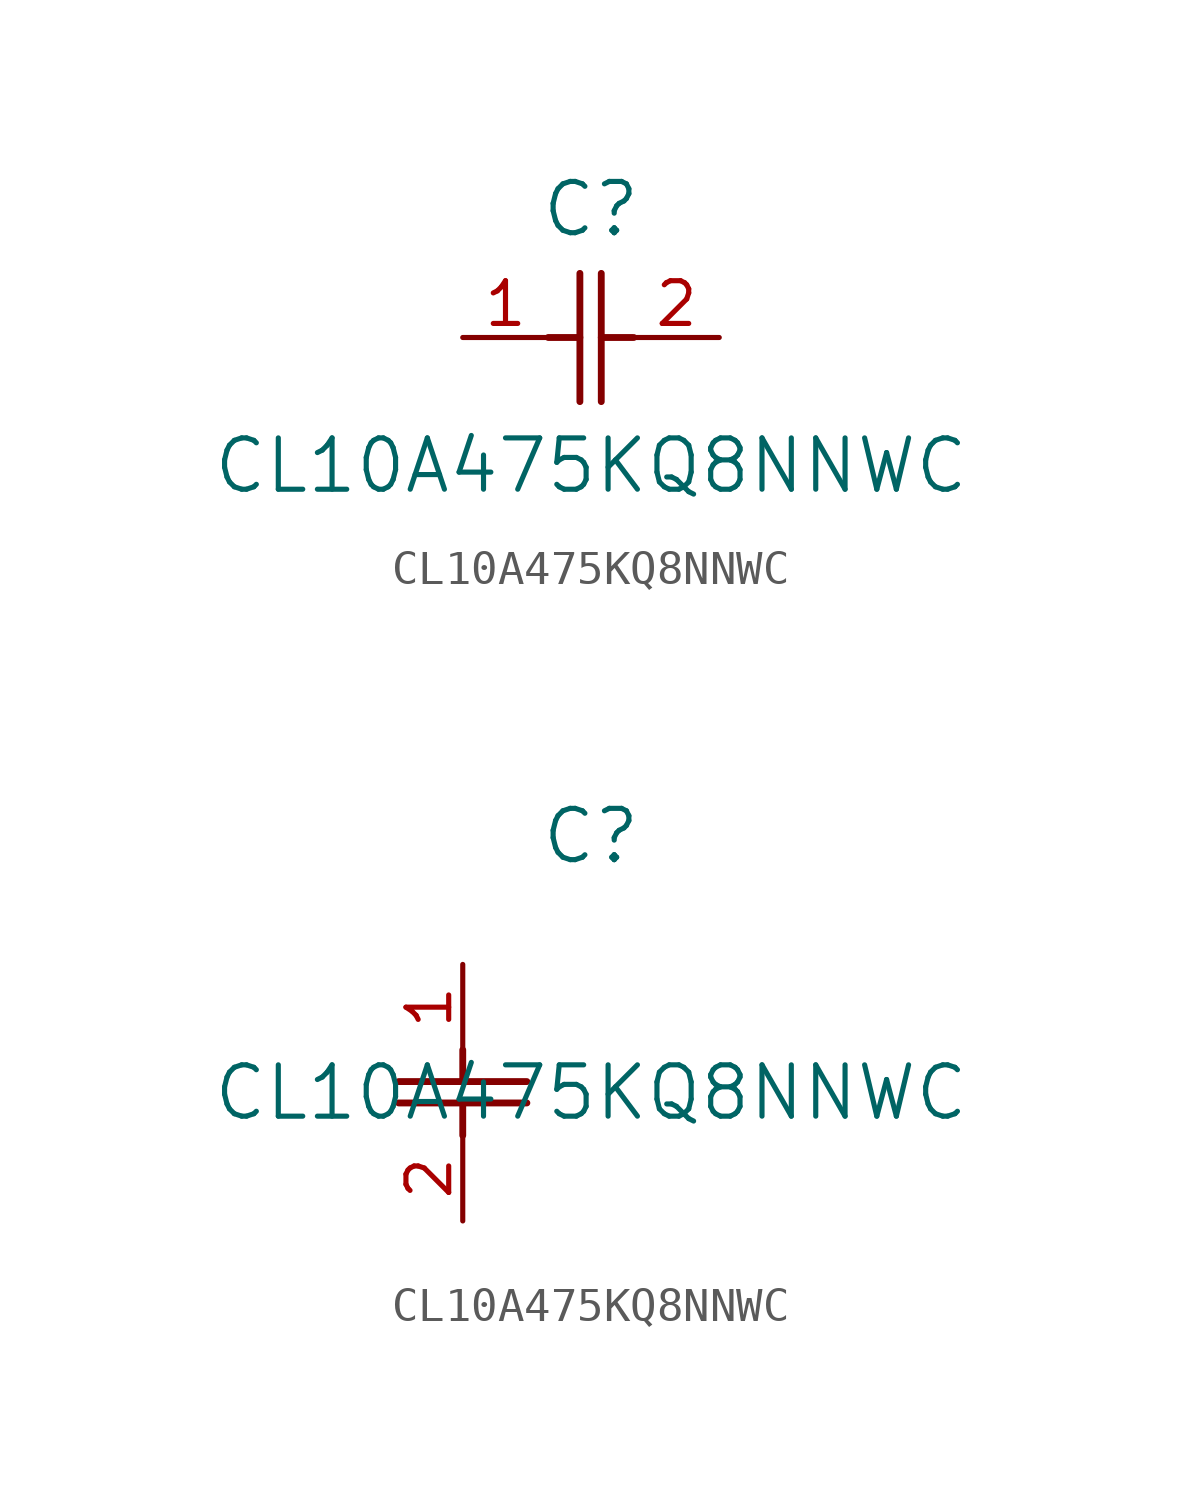
<source format=kicad_sym>
(kicad_symbol_lib
  (version 20211014)
  (generator kicad_symbol_editor)
  (symbol "CL10A475KQ8NNWC"
    (pin_names
      (offset 0.254))
    (property "Reference" "C"
      (at 3.81 3.81 0)
      (effects (font (size 1.524 1.524))))
    (property "Value" "CL10A475KQ8NNWC"
      (at 3.81 -3.81 0)
      (effects (font (size 1.524 1.524))))
    (symbol "CL10A475KQ8NNWC_1_1"
      (polyline (pts (xy 3.48 -1.905) (xy 3.48 1.905)) (stroke (width 0.203) (type default) (color 0 0 0 0)) (fill (type none)))
      (polyline (pts (xy 4.115 -1.905) (xy 4.115 1.905)) (stroke (width 0.203) (type default) (color 0 0 0 0)) (fill (type none)))
      (polyline (pts (xy 4.115 0) (xy 5.08 0)) (stroke (width 0.203) (type default) (color 0 0 0 0)) (fill (type none)))
      (polyline (pts (xy 2.54 0) (xy 3.48 0)) (stroke (width 0.203) (type default) (color 0 0 0 0)) (fill (type none)))
      (pin unspecified line (at 0 0 0) (length 2.54) (name "" (effects (font (size 1.27 1.27)))) (number "1" (effects (font (size 1.27 1.27)))))
      (pin unspecified line (at 7.62 0 180) (length 2.54) (name "" (effects (font (size 1.27 1.27)))) (number "2" (effects (font (size 1.27 1.27))))))
    (symbol "CL10A475KQ8NNWC_1_2"
      (polyline (pts (xy -1.905 -3.48) (xy 1.905 -3.48)) (stroke (width 0.203) (type default) (color 0 0 0 0)) (fill (type none)))
      (polyline (pts (xy -1.905 -4.115) (xy 1.905 -4.115)) (stroke (width 0.203) (type default) (color 0 0 0 0)) (fill (type none)))
      (polyline (pts (xy 0 -4.115) (xy 0 -5.08)) (stroke (width 0.203) (type default) (color 0 0 0 0)) (fill (type none)))
      (polyline (pts (xy 0 -2.54) (xy 0 -3.48)) (stroke (width 0.203) (type default) (color 0 0 0 0)) (fill (type none)))
      (pin unspecified line (at 0 0 270) (length 2.54) (name "" (effects (font (size 1.27 1.27)))) (number "1" (effects (font (size 1.27 1.27)))))
      (pin unspecified line (at 0 -7.62 90) (length 2.54) (name "" (effects (font (size 1.27 1.27)))) (number "2" (effects (font (size 1.27 1.27))))))))
</source>
